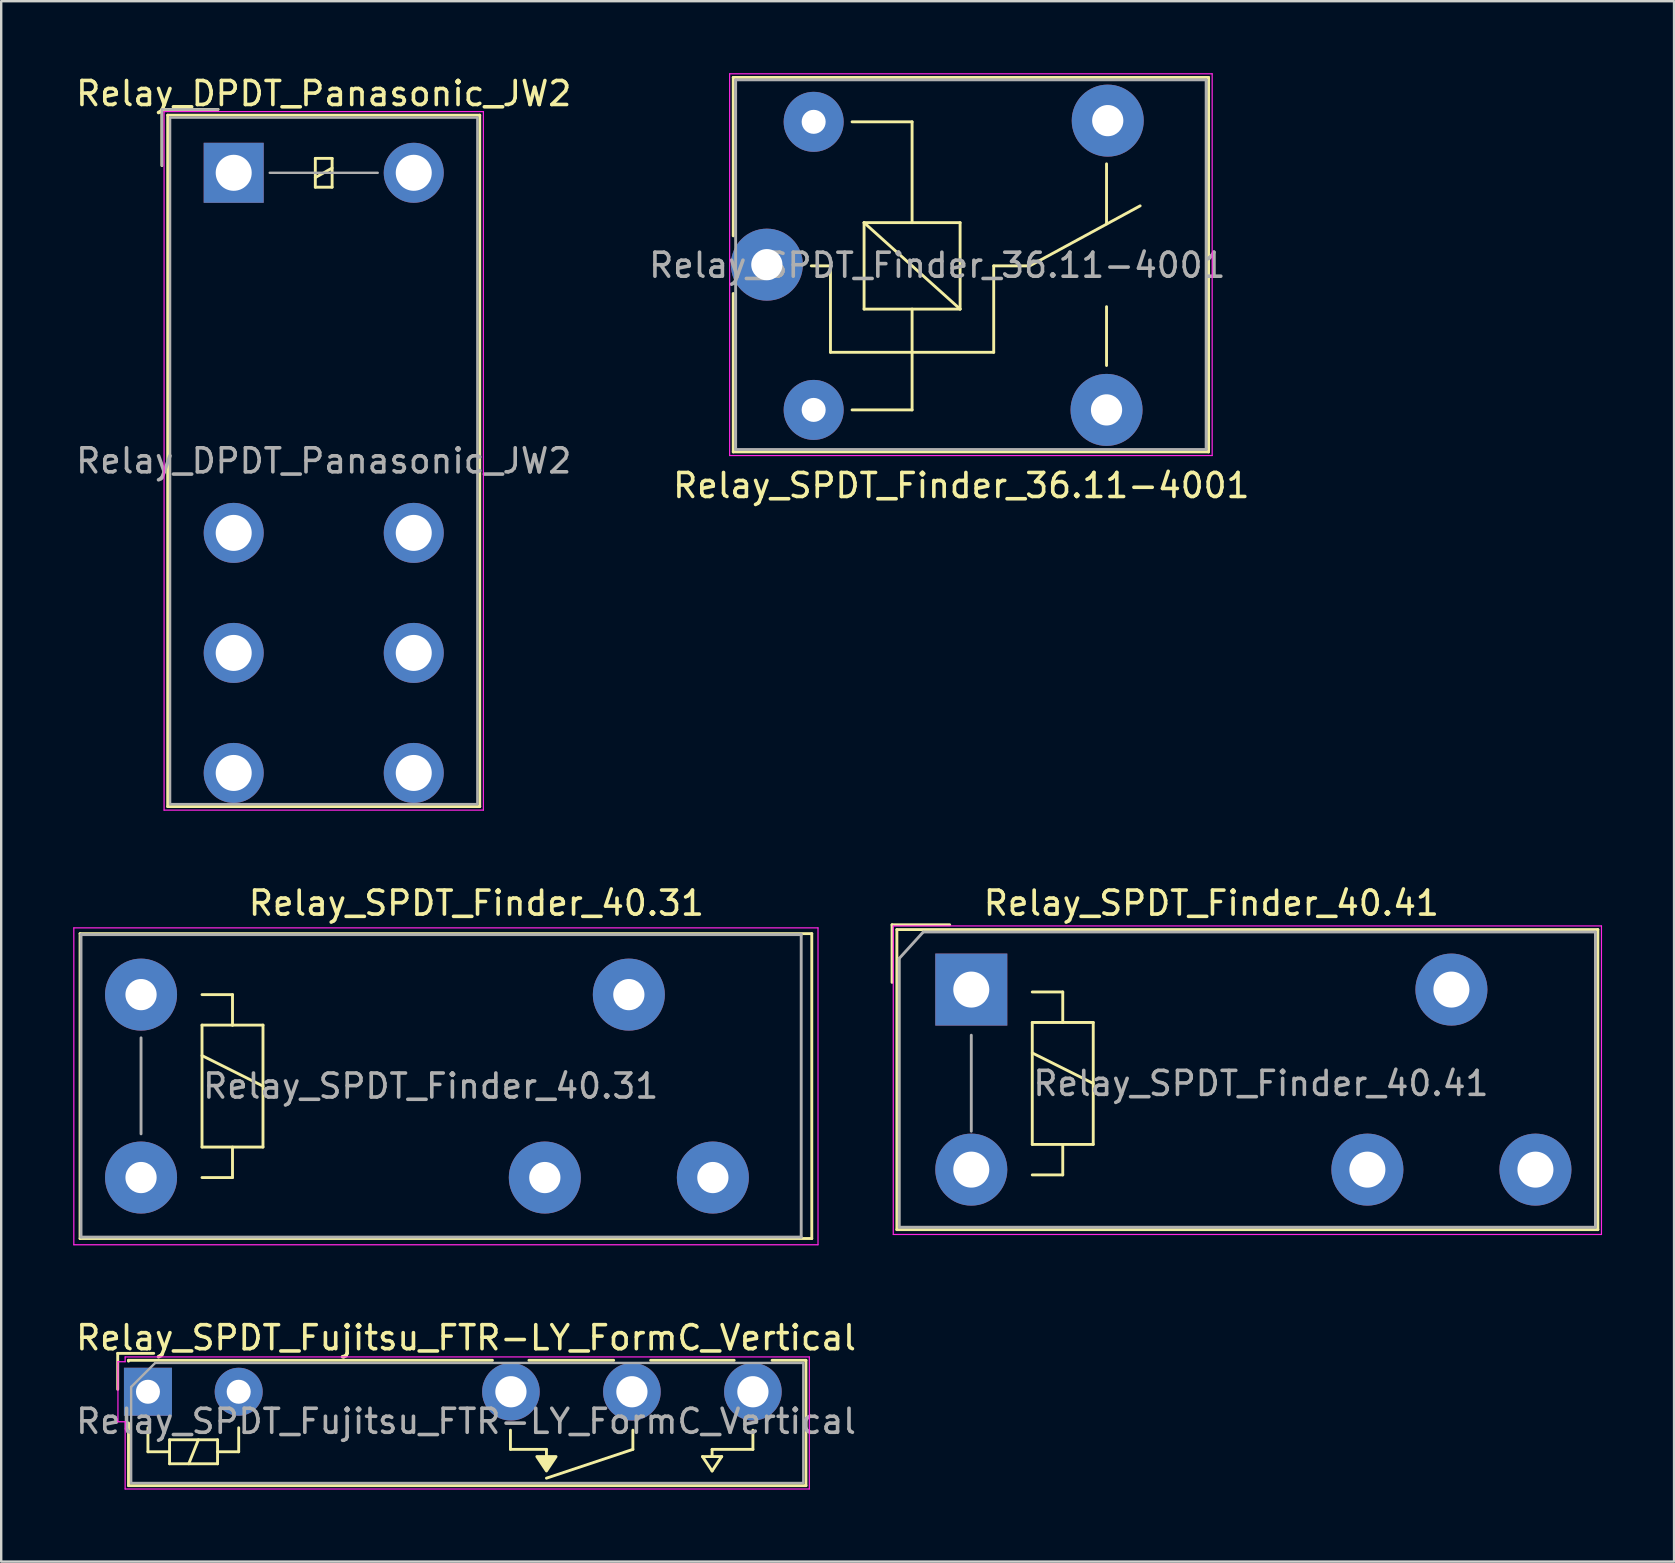
<source format=kicad_pcb>
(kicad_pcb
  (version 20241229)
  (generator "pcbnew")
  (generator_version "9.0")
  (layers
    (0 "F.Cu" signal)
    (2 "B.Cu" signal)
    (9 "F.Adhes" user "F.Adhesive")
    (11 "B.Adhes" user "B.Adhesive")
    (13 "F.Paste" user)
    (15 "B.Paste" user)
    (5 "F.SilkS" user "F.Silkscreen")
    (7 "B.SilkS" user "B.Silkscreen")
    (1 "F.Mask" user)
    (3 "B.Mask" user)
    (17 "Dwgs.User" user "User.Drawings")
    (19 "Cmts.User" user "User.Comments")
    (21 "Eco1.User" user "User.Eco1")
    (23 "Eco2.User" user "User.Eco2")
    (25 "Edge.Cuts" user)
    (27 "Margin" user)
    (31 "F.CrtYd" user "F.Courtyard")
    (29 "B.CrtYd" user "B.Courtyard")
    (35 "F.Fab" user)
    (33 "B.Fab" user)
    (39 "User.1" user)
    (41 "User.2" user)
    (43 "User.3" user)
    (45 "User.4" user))
  (footprint "Relay_SPDT_Finder_40.41"
    (layer "F.Cu")
    (at 37.41 38.172)
    (property "Reference" "Relay_SPDT_Finder_40.41" (at 10 -3.6 0) (layer "F.SilkS") (effects (font (size 1 1) (thickness 0.15))))
    (attr through_hole)
    (fp_line (start -3.3 -0.3) (end -3.3 -2.7) (stroke (width 0.12) (type solid)) (layer "F.SilkS"))
    (fp_line (start -3.1 -2.5) (end 26.1 -2.5) (stroke (width 0.12) (type solid)) (layer "F.SilkS"))
    (fp_line (start -3.1 10) (end -3.1 -2.5) (stroke (width 0.12) (type solid)) (layer "F.SilkS"))
    (fp_line (start -0.9 -2.7) (end -3.3 -2.7) (stroke (width 0.12) (type solid)) (layer "F.SilkS"))
    (fp_line (start 2.54 0.1) (end 3.81 0.1) (stroke (width 0.12) (type solid)) (layer "F.SilkS"))
    (fp_line (start 2.54 1.37) (end 3.81 1.37) (stroke (width 0.12) (type solid)) (layer "F.SilkS"))
    (fp_line (start 2.54 2.64) (end 5.08 3.91) (stroke (width 0.12) (type solid)) (layer "F.SilkS"))
    (fp_line (start 2.54 6.45) (end 2.54 1.37) (stroke (width 0.12) (type solid)) (layer "F.SilkS"))
    (fp_line (start 3.81 0.1) (end 3.81 1.37) (stroke (width 0.12) (type solid)) (layer "F.SilkS"))
    (fp_line (start 3.81 1.37) (end 5.08 1.37) (stroke (width 0.12) (type solid)) (layer "F.SilkS"))
    (fp_line (start 3.81 6.45) (end 3.81 7.72) (stroke (width 0.12) (type solid)) (layer "F.SilkS"))
    (fp_line (start 3.81 7.72) (end 2.54 7.72) (stroke (width 0.12) (type solid)) (layer "F.SilkS"))
    (fp_line (start 5.08 1.37) (end 5.08 6.45) (stroke (width 0.12) (type solid)) (layer "F.SilkS"))
    (fp_line (start 5.08 6.45) (end 2.54 6.45) (stroke (width 0.12) (type solid)) (layer "F.SilkS"))
    (fp_line (start 26.1 -2.5) (end 26.1 10) (stroke (width 0.12) (type solid)) (layer "F.SilkS"))
    (fp_line (start 26.1 10) (end -3.1 10) (stroke (width 0.12) (type solid)) (layer "F.SilkS"))
    (fp_line (start -3.25 -2.65) (end -3.25 10.2) (stroke (width 0.05) (type solid)) (layer "F.CrtYd"))
    (fp_line (start -3.25 -2.65) (end 26.25 -2.65) (stroke (width 0.05) (type solid)) (layer "F.CrtYd"))
    (fp_line (start 26.25 10.2) (end -3.25 10.2) (stroke (width 0.05) (type solid)) (layer "F.CrtYd"))
    (fp_line (start 26.25 10.2) (end 26.25 -2.65) (stroke (width 0.05) (type solid)) (layer "F.CrtYd"))
    (fp_line (start -3 -1.3) (end -3 9.9) (stroke (width 0.12) (type solid)) (layer "F.Fab"))
    (fp_line (start -3 9.9) (end 26 9.9) (stroke (width 0.12) (type solid)) (layer "F.Fab"))
    (fp_line (start -2 -2.4) (end -3 -1.3) (stroke (width 0.12) (type solid)) (layer "F.Fab"))
    (fp_line (start 0 1.9) (end 0 5.9) (stroke (width 0.12) (type solid)) (layer "F.Fab"))
    (fp_line (start 26 -2.4) (end -2 -2.4) (stroke (width 0.12) (type solid)) (layer "F.Fab"))
    (fp_line (start 26 9.9) (end 26 -2.4) (stroke (width 0.12) (type solid)) (layer "F.Fab"))
    (fp_text user "${REFERENCE}" (at 12.065 3.91 0) (layer "F.Fab") (effects (font (size 1 1) (thickness 0.15))))
    (pad "11" thru_hole circle (at 20 0) (size 3 3) (drill 1.5) (layers "*.Cu" "*.Mask"))
    (pad "12" thru_hole circle (at 16.5 7.5) (size 3 3) (drill 1.5) (layers "*.Cu" "*.Mask"))
    (pad "14" thru_hole circle (at 23.5 7.5) (size 3 3) (drill 1.5) (layers "*.Cu" "*.Mask"))
    (pad "A1" thru_hole rect (at 0 0) (size 3 3) (drill 1.5) (layers "*.Cu" "*.Mask"))
    (pad "A2" thru_hole circle (at 0 7.5) (size 3 3) (drill 1.5) (layers "*.Cu" "*.Mask")))
  (footprint "Relay_DPDT_Panasonic_JW2"
    (layer "F.Cu")
    (at 6.685 4.148)
    (property "Reference" "Relay_DPDT_Panasonic_JW2" (at 3.75 -3.3 0) (layer "F.SilkS") (effects (font (size 1 1) (thickness 0.15))))
    (attr through_hole)
    (fp_line (start -2.99 -2.64) (end -0.65 -2.64) (stroke (width 0.12) (type solid)) (layer "F.SilkS"))
    (fp_line (start -2.99 -0.3) (end -2.99 -2.64) (stroke (width 0.12) (type solid)) (layer "F.SilkS"))
    (fp_line (start -2.75 -2.4) (end -2.75 26.4) (stroke (width 0.12) (type solid)) (layer "F.SilkS"))
    (fp_line (start -2.75 26.4) (end 10.25 26.4) (stroke (width 0.12) (type solid)) (layer "F.SilkS"))
    (fp_line (start 3.4 -0.6) (end 3.4 0.6) (stroke (width 0.12) (type solid)) (layer "F.SilkS"))
    (fp_line (start 3.4 0.2) (end 4.1 -0.2) (stroke (width 0.12) (type solid)) (layer "F.SilkS"))
    (fp_line (start 3.4 0.6) (end 4.1 0.6) (stroke (width 0.12) (type solid)) (layer "F.SilkS"))
    (fp_line (start 4.1 -0.6) (end 3.4 -0.6) (stroke (width 0.12) (type solid)) (layer "F.SilkS"))
    (fp_line (start 4.1 0.6) (end 4.1 -0.6) (stroke (width 0.12) (type solid)) (layer "F.SilkS"))
    (fp_line (start 10.25 -2.4) (end -2.75 -2.4) (stroke (width 0.12) (type solid)) (layer "F.SilkS"))
    (fp_line (start 10.25 26.4) (end 10.25 -2.4) (stroke (width 0.12) (type solid)) (layer "F.SilkS"))
    (fp_line (start -2.9 -2.55) (end -2.9 26.55) (stroke (width 0.05) (type solid)) (layer "F.CrtYd"))
    (fp_line (start -2.9 26.55) (end 10.4 26.55) (stroke (width 0.05) (type solid)) (layer "F.CrtYd"))
    (fp_line (start 10.4 -2.55) (end -2.9 -2.55) (stroke (width 0.05) (type solid)) (layer "F.CrtYd"))
    (fp_line (start 10.4 26.55) (end 10.4 -2.55) (stroke (width 0.05) (type solid)) (layer "F.CrtYd"))
    (fp_line (start -2.99 -2.64) (end -0.65 -2.64) (stroke (width 0.1) (type solid)) (layer "F.Fab"))
    (fp_line (start -2.99 -0.3) (end -2.99 -2.64) (stroke (width 0.1) (type solid)) (layer "F.Fab"))
    (fp_line (start -2.65 -2.3) (end -2.65 26.3) (stroke (width 0.1) (type solid)) (layer "F.Fab"))
    (fp_line (start -2.65 26.3) (end 10.15 26.3) (stroke (width 0.1) (type solid)) (layer "F.Fab"))
    (fp_line (start 1.5 0) (end 6 0) (stroke (width 0.1) (type solid)) (layer "F.Fab"))
    (fp_line (start 10.15 -2.3) (end -2.65 -2.3) (stroke (width 0.1) (type solid)) (layer "F.Fab"))
    (fp_line (start 10.15 26.3) (end 10.15 -2.3) (stroke (width 0.1) (type solid)) (layer "F.Fab"))
    (fp_text user "${REFERENCE}" (at 3.75 12 0) (layer "F.Fab") (effects (font (size 1 1) (thickness 0.15))))
    (pad "1" thru_hole rect (at 0 0) (size 2.5 2.5) (drill 1.5) (layers "*.Cu" "*.Mask"))
    (pad "2" thru_hole oval (at 0 15) (size 2.5 2.5) (drill 1.5) (layers "*.Cu" "*.Mask"))
    (pad "3" thru_hole oval (at 0 20) (size 2.5 2.5) (drill 1.5) (layers "*.Cu" "*.Mask"))
    (pad "4" thru_hole oval (at 0 25) (size 2.5 2.5) (drill 1.5) (layers "*.Cu" "*.Mask"))
    (pad "5" thru_hole oval (at 7.5 25) (size 2.5 2.5) (drill 1.5) (layers "*.Cu" "*.Mask"))
    (pad "6" thru_hole oval (at 7.5 20) (size 2.5 2.5) (drill 1.5) (layers "*.Cu" "*.Mask"))
    (pad "7" thru_hole oval (at 7.5 15) (size 2.5 2.5) (drill 1.5) (layers "*.Cu" "*.Mask"))
    (pad "8" thru_hole oval (at 7.5 0) (size 2.5 2.5) (drill 1.5) (layers "*.Cu" "*.Mask")))
  (footprint "Relay_SPDT_Fujitsu_FTR-LY_FormC_Vertical"
    (layer "F.Cu")
    (at 3.113 54.925)
    (property "Reference" "Relay_SPDT_Fujitsu_FTR-LY_FormC_Vertical" (at 13.25 -2.25 0) (layer "F.SilkS") (effects (font (size 1 1) (thickness 0.15))))
    (attr through_hole)
    (fp_line (start -1.26 -1.6) (end 0.24 -1.6) (stroke (width 0.12) (type solid)) (layer "F.SilkS"))
    (fp_line (start -1.26 -0.1) (end -1.26 -1.6) (stroke (width 0.12) (type solid)) (layer "F.SilkS"))
    (fp_line (start -0.81 -1.31) (end -0.81 -1.275) (stroke (width 0.12) (type solid)) (layer "F.SilkS"))
    (fp_line (start -0.81 3.91) (end -0.81 1.3) (stroke (width 0.12) (type solid)) (layer "F.SilkS"))
    (fp_line (start -0.81 3.91) (end 27.41 3.91) (stroke (width 0.12) (type solid)) (layer "F.SilkS"))
    (fp_line (start 0 1.5) (end 0 2.5) (stroke (width 0.12) (type solid)) (layer "F.SilkS"))
    (fp_line (start 0 2.5) (end 0.9 2.5) (stroke (width 0.12) (type solid)) (layer "F.SilkS"))
    (fp_line (start 0.9 2) (end 2.9 2) (stroke (width 0.12) (type solid)) (layer "F.SilkS"))
    (fp_line (start 0.9 3) (end 0.9 2) (stroke (width 0.12) (type solid)) (layer "F.SilkS"))
    (fp_line (start 2.1 2) (end 1.7 3) (stroke (width 0.12) (type solid)) (layer "F.SilkS"))
    (fp_line (start 2.9 2) (end 2.9 3) (stroke (width 0.12) (type solid)) (layer "F.SilkS"))
    (fp_line (start 2.9 3) (end 0.9 3) (stroke (width 0.12) (type solid)) (layer "F.SilkS"))
    (fp_line (start 3.78 1.5) (end 3.78 2.5) (stroke (width 0.12) (type solid)) (layer "F.SilkS"))
    (fp_line (start 3.78 2.5) (end 2.9 2.5) (stroke (width 0.12) (type solid)) (layer "F.SilkS"))
    (fp_line (start 14.35 -1.31) (end -0.81 -1.31) (stroke (width 0.12) (type solid)) (layer "F.SilkS"))
    (fp_line (start 15.1 1.6) (end 15.1 2.4) (stroke (width 0.12) (type solid)) (layer "F.SilkS"))
    (fp_line (start 15.1 2.4) (end 16.6 2.4) (stroke (width 0.12) (type solid)) (layer "F.SilkS"))
    (fp_line (start 15.87 -1.31) (end 19.4 -1.31) (stroke (width 0.12) (type solid)) (layer "F.SilkS"))
    (fp_line (start 16.6 2.4) (end 16.6 2.7) (stroke (width 0.12) (type solid)) (layer "F.SilkS"))
    (fp_line (start 20.2 1.6) (end 20.2 2.4) (stroke (width 0.12) (type solid)) (layer "F.SilkS"))
    (fp_line (start 20.2 2.4) (end 16.6 3.6) (stroke (width 0.12) (type solid)) (layer "F.SilkS"))
    (fp_line (start 20.94 -1.31) (end 24.42 -1.31) (stroke (width 0.12) (type solid)) (layer "F.SilkS"))
    (fp_line (start 23.1 2.7) (end 23.9 2.7) (stroke (width 0.12) (type solid)) (layer "F.SilkS"))
    (fp_line (start 23.5 2.4) (end 23.5 2.7) (stroke (width 0.12) (type solid)) (layer "F.SilkS"))
    (fp_line (start 23.5 3.3) (end 23.1 2.7) (stroke (width 0.12) (type solid)) (layer "F.SilkS"))
    (fp_line (start 23.9 2.7) (end 23.5 3.3) (stroke (width 0.12) (type solid)) (layer "F.SilkS"))
    (fp_line (start 25.2 1.6) (end 25.2 2.4) (stroke (width 0.12) (type solid)) (layer "F.SilkS"))
    (fp_line (start 25.2 2.4) (end 23.5 2.4) (stroke (width 0.12) (type solid)) (layer "F.SilkS"))
    (fp_line (start 26 -1.31) (end 27.41 -1.31) (stroke (width 0.12) (type solid)) (layer "F.SilkS"))
    (fp_line (start 27.41 3.91) (end 27.41 -1.31) (stroke (width 0.12) (type solid)) (layer "F.SilkS"))
    (fp_poly (pts (xy 16.2 2.7) (xy 17 2.7) (xy 16.6 3.3)) (stroke (width 0.12) (type solid)) (fill yes) (layer "F.SilkS"))
    (fp_line (start -1.25 -1.25) (end -0.95 -1.25) (stroke (width 0.05) (type solid)) (layer "F.CrtYd"))
    (fp_line (start -1.25 1.25) (end -1.25 -1.25) (stroke (width 0.05) (type solid)) (layer "F.CrtYd"))
    (fp_line (start -1.25 1.25) (end -0.95 1.25) (stroke (width 0.05) (type solid)) (layer "F.CrtYd"))
    (fp_line (start -0.95 -1.45) (end 27.55 -1.45) (stroke (width 0.05) (type solid)) (layer "F.CrtYd"))
    (fp_line (start -0.95 -1.25) (end -0.95 -1.45) (stroke (width 0.05) (type solid)) (layer "F.CrtYd"))
    (fp_line (start -0.95 4.05) (end -0.95 1.25) (stroke (width 0.05) (type solid)) (layer "F.CrtYd"))
    (fp_line (start 27.55 -1.45) (end 27.55 4.05) (stroke (width 0.05) (type solid)) (layer "F.CrtYd"))
    (fp_line (start 27.55 4.05) (end -0.95 4.05) (stroke (width 0.05) (type solid)) (layer "F.CrtYd"))
    (fp_line (start -0.7 -0.2) (end -0.7 3.8) (stroke (width 0.1) (type solid)) (layer "F.Fab"))
    (fp_line (start -0.7 3.8) (end 27.3 3.8) (stroke (width 0.1) (type solid)) (layer "F.Fab"))
    (fp_line (start 0.3 -1.2) (end -0.7 -0.2) (stroke (width 0.1) (type solid)) (layer "F.Fab"))
    (fp_line (start 27.3 -1.2) (end 0.3 -1.2) (stroke (width 0.1) (type solid)) (layer "F.Fab"))
    (fp_line (start 27.3 3.8) (end 27.3 -1.2) (stroke (width 0.1) (type solid)) (layer "F.Fab"))
    (fp_text user "${REFERENCE}" (at 13.25 1.232 0) (layer "F.Fab") (effects (font (size 1 1) (thickness 0.15))))
    (pad "11" thru_hole circle (at 20.16 0) (size 2.4 2.4) (drill 1.3) (layers "*.Cu" "*.Mask"))
    (pad "12" thru_hole circle (at 15.12 0) (size 2.4 2.4) (drill 1.3) (layers "*.Cu" "*.Mask"))
    (pad "14" thru_hole circle (at 25.2 0) (size 2.4 2.4) (drill 1.3) (layers "*.Cu" "*.Mask"))
    (pad "A1" thru_hole rect (at 0 0) (size 2 2) (drill 1) (layers "*.Cu" "*.Mask"))
    (pad "A2" thru_hole circle (at 3.78 0) (size 2 2) (drill 1) (layers "*.Cu" "*.Mask")))
  (footprint "Relay_SPDT_Finder_40.31"
    (layer "F.Cu")
    (at 2.825 38.382)
    (property "Reference" "Relay_SPDT_Finder_40.31" (at 13.97 -3.81 0) (layer "F.SilkS") (effects (font (size 1 1) (thickness 0.15))))
    (attr through_hole)
    (fp_line (start -2.54 -2.54) (end 27.94 -2.54) (stroke (width 0.12) (type solid)) (layer "F.SilkS"))
    (fp_line (start -2.54 10.16) (end -2.54 -2.54) (stroke (width 0.12) (type solid)) (layer "F.SilkS"))
    (fp_line (start 2.54 0) (end 3.81 0) (stroke (width 0.12) (type solid)) (layer "F.SilkS"))
    (fp_line (start 2.54 1.27) (end 3.81 1.27) (stroke (width 0.12) (type solid)) (layer "F.SilkS"))
    (fp_line (start 2.54 2.54) (end 5.08 3.81) (stroke (width 0.12) (type solid)) (layer "F.SilkS"))
    (fp_line (start 2.54 6.35) (end 2.54 1.27) (stroke (width 0.12) (type solid)) (layer "F.SilkS"))
    (fp_line (start 3.81 0) (end 3.81 1.27) (stroke (width 0.12) (type solid)) (layer "F.SilkS"))
    (fp_line (start 3.81 1.27) (end 5.08 1.27) (stroke (width 0.12) (type solid)) (layer "F.SilkS"))
    (fp_line (start 3.81 6.35) (end 3.81 7.62) (stroke (width 0.12) (type solid)) (layer "F.SilkS"))
    (fp_line (start 3.81 7.62) (end 2.54 7.62) (stroke (width 0.12) (type solid)) (layer "F.SilkS"))
    (fp_line (start 5.08 1.27) (end 5.08 6.35) (stroke (width 0.12) (type solid)) (layer "F.SilkS"))
    (fp_line (start 5.08 6.35) (end 2.54 6.35) (stroke (width 0.12) (type solid)) (layer "F.SilkS"))
    (fp_line (start 27.94 -2.54) (end 27.94 10.16) (stroke (width 0.12) (type solid)) (layer "F.SilkS"))
    (fp_line (start 27.94 10.16) (end -2.54 10.16) (stroke (width 0.12) (type solid)) (layer "F.SilkS"))
    (fp_line (start -2.8 -2.78) (end 28.2 -2.78) (stroke (width 0.05) (type solid)) (layer "F.CrtYd"))
    (fp_line (start -2.8 10.42) (end -2.8 -2.78) (stroke (width 0.05) (type solid)) (layer "F.CrtYd"))
    (fp_line (start 28.2 -2.78) (end 28.2 10.42) (stroke (width 0.05) (type solid)) (layer "F.CrtYd"))
    (fp_line (start 28.2 10.42) (end -2.8 10.42) (stroke (width 0.05) (type solid)) (layer "F.CrtYd"))
    (fp_line (start -2.5 -2.5) (end 27.5 -2.5) (stroke (width 0.12) (type solid)) (layer "F.Fab"))
    (fp_line (start -2.5 10.1) (end -2.5 -2.5) (stroke (width 0.12) (type solid)) (layer "F.Fab"))
    (fp_line (start 0 1.8) (end 0 5.8) (stroke (width 0.12) (type solid)) (layer "F.Fab"))
    (fp_line (start 27.5 -2.5) (end 27.5 10.1) (stroke (width 0.12) (type solid)) (layer "F.Fab"))
    (fp_line (start 27.5 10.1) (end -2.5 10.1) (stroke (width 0.12) (type solid)) (layer "F.Fab"))
    (fp_text user "${REFERENCE}" (at 12.065 3.81 0) (layer "F.Fab") (effects (font (size 1 1) (thickness 0.15))))
    (pad "11" thru_hole circle (at 20.32 0) (size 3 3) (drill 1.3) (layers "*.Cu" "*.Mask"))
    (pad "12" thru_hole circle (at 16.82 7.62) (size 3 3) (drill 1.3) (layers "*.Cu" "*.Mask"))
    (pad "14" thru_hole circle (at 23.82 7.62) (size 3 3) (drill 1.3) (layers "*.Cu" "*.Mask"))
    (pad "A1" thru_hole circle (at 0 0) (size 3 3) (drill 1.3) (layers "*.Cu" "*.Mask"))
    (pad "A2" thru_hole circle (at 0 7.62) (size 3 3) (drill 1.3) (layers "*.Cu" "*.Mask")))
  (footprint "Relay_SPDT_Finder_36.11-4001"
    (layer "F.Cu")
    (at 28.894 7.975)
    (property "Reference" "Relay_SPDT_Finder_36.11-4001" (at 8.1 9.2 0) (layer "F.SilkS") (effects (font (size 1 1) (thickness 0.15))))
    (attr through_hole)
    (fp_line (start -1.4 -7.8) (end -1.4 -1.2) (stroke (width 0.12) (type solid)) (layer "F.SilkS"))
    (fp_line (start -1.4 -7.8) (end 18.4 -7.8) (stroke (width 0.12) (type solid)) (layer "F.SilkS"))
    (fp_line (start -1.4 1.2) (end -1.4 7.8) (stroke (width 0.12) (type solid)) (layer "F.SilkS"))
    (fp_line (start 2.65 0.05) (end 1.85 0.05) (stroke (width 0.12) (type solid)) (layer "F.SilkS"))
    (fp_line (start 2.65 0.05) (end 2.65 3.65) (stroke (width 0.12) (type solid)) (layer "F.SilkS"))
    (fp_line (start 3.55 6.05) (end 6.05 6.05) (stroke (width 0.12) (type solid)) (layer "F.SilkS"))
    (fp_line (start 4.05 -1.75) (end 8.05 -1.75) (stroke (width 0.12) (type solid)) (layer "F.SilkS"))
    (fp_line (start 4.05 1.85) (end 4.05 -1.75) (stroke (width 0.12) (type solid)) (layer "F.SilkS"))
    (fp_line (start 6.05 -5.95) (end 3.55 -5.95) (stroke (width 0.12) (type solid)) (layer "F.SilkS"))
    (fp_line (start 6.05 -5.95) (end 6.05 -1.75) (stroke (width 0.12) (type solid)) (layer "F.SilkS"))
    (fp_line (start 6.05 1.85) (end 6.05 6.05) (stroke (width 0.12) (type solid)) (layer "F.SilkS"))
    (fp_line (start 8.05 -1.75) (end 8.05 1.85) (stroke (width 0.12) (type solid)) (layer "F.SilkS"))
    (fp_line (start 8.05 1.85) (end 4.05 -1.75) (stroke (width 0.12) (type solid)) (layer "F.SilkS"))
    (fp_line (start 8.05 1.85) (end 4.05 1.85) (stroke (width 0.12) (type solid)) (layer "F.SilkS"))
    (fp_line (start 9.45 0.05) (end 9.45 3.65) (stroke (width 0.12) (type solid)) (layer "F.SilkS"))
    (fp_line (start 9.45 0.05) (end 10.95 0.05) (stroke (width 0.12) (type solid)) (layer "F.SilkS"))
    (fp_line (start 9.45 3.65) (end 2.65 3.65) (stroke (width 0.12) (type solid)) (layer "F.SilkS"))
    (fp_line (start 10.95 0.05) (end 15.55 -2.45) (stroke (width 0.12) (type solid)) (layer "F.SilkS"))
    (fp_line (start 14.15 -4.2) (end 14.15 -1.7) (stroke (width 0.12) (type solid)) (layer "F.SilkS"))
    (fp_line (start 14.15 4.2) (end 14.15 1.75) (stroke (width 0.12) (type solid)) (layer "F.SilkS"))
    (fp_line (start 18.4 -7.8) (end 18.4 7.8) (stroke (width 0.12) (type solid)) (layer "F.SilkS"))
    (fp_line (start 18.4 7.8) (end -1.4 7.8) (stroke (width 0.12) (type solid)) (layer "F.SilkS"))
    (fp_line (start -1.55 7.95) (end -1.55 -7.95) (stroke (width 0.05) (type solid)) (layer "F.CrtYd"))
    (fp_line (start -1.55 7.95) (end 18.55 7.95) (stroke (width 0.05) (type solid)) (layer "F.CrtYd"))
    (fp_line (start 18.55 -7.95) (end -1.55 -7.95) (stroke (width 0.05) (type solid)) (layer "F.CrtYd"))
    (fp_line (start 18.55 -7.95) (end 18.55 7.95) (stroke (width 0.05) (type solid)) (layer "F.CrtYd"))
    (fp_line (start -1.3 -7.7) (end 18.3 -7.7) (stroke (width 0.12) (type solid)) (layer "F.Fab"))
    (fp_line (start -1.3 7.7) (end -1.3 -7.7) (stroke (width 0.12) (type solid)) (layer "F.Fab"))
    (fp_line (start 18.3 -7.7) (end 18.3 7.7) (stroke (width 0.12) (type solid)) (layer "F.Fab"))
    (fp_line (start 18.3 7.7) (end -1.3 7.7) (stroke (width 0.12) (type solid)) (layer "F.Fab"))
    (fp_text user "${REFERENCE}" (at 7.1 0.025 0) (layer "F.Fab") (effects (font (size 1 1) (thickness 0.15))))
    (pad "11" thru_hole circle (at 0 0 90) (size 3 3) (drill 1.3) (layers "*.Cu" "*.Mask"))
    (pad "12" thru_hole circle (at 14.2 -6 90) (size 3 3) (drill 1.3) (layers "*.Cu" "*.Mask"))
    (pad "14" thru_hole circle (at 14.15 6.05 90) (size 3 3) (drill 1.3) (layers "*.Cu" "*.Mask"))
    (pad "A1" thru_hole circle (at 1.95 6.05 90) (size 2.5 2.5) (drill 1) (layers "*.Cu" "*.Mask"))
    (pad "A2" thru_hole circle (at 1.95 -5.95 90) (size 2.5 2.5) (drill 1) (layers "*.Cu" "*.Mask")))
  (gr_rect
    (start -3 -3)
    (end 66.685 62)
    (stroke (width 0.1) (type default))
    (fill no)
    (layer "Edge.Cuts")))
</source>
